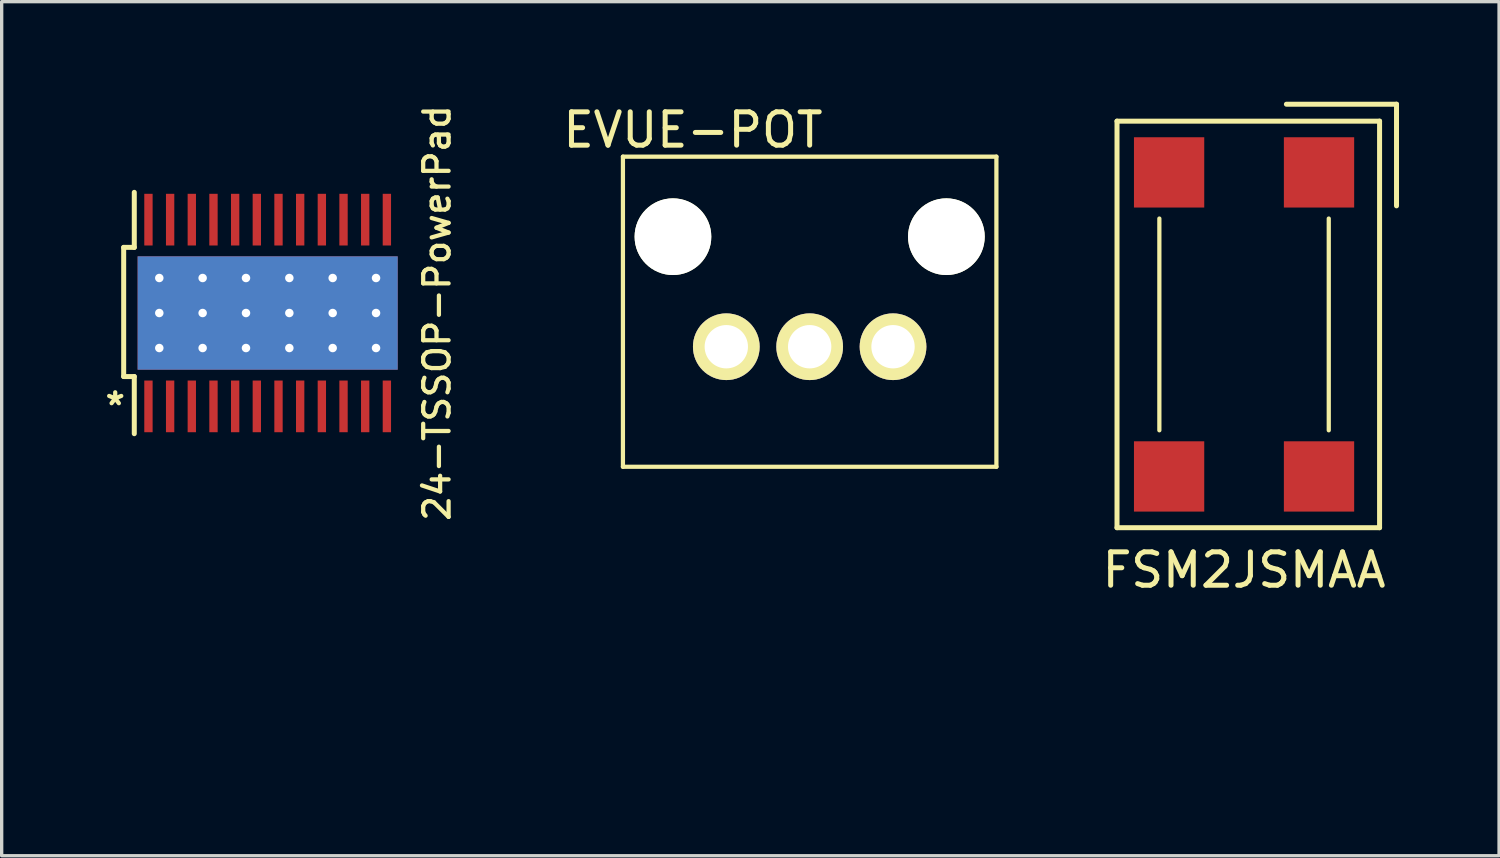
<source format=kicad_pcb>
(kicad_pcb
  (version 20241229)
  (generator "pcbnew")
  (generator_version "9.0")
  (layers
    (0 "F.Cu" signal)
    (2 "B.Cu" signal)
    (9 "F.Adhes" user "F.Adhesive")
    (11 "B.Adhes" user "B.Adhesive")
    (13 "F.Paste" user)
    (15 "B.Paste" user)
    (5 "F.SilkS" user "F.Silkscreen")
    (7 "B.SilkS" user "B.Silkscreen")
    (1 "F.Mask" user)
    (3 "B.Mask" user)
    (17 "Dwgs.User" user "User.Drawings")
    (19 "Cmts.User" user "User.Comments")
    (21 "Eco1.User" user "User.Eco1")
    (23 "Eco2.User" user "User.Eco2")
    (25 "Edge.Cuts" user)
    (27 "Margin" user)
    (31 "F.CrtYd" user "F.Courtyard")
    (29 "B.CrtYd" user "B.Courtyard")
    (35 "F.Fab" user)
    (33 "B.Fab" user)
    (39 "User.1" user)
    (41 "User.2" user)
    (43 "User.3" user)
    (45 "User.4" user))
  (footprint "EVUE-POT"
    (layer "F.Cu")
    (at 21.231 7.348)
    (property "Reference" "EVUE-POT" (at -3.5 -6.5 0) (layer "F.SilkS") (effects (font (size 1 1) (thickness 0.15))))
    (attr through_hole)
    (fp_line (start -5.6 -5.7) (end -5.6 3.6) (stroke (width 0.127) (type solid)) (layer "F.SilkS"))
    (fp_line (start -5.6 3.6) (end 5.6 3.6) (stroke (width 0.127) (type solid)) (layer "F.SilkS"))
    (fp_line (start 5.6 -5.7) (end -5.6 -5.7) (stroke (width 0.127) (type solid)) (layer "F.SilkS"))
    (fp_line (start 5.6 3.6) (end 5.6 -5.7) (stroke (width 0.127) (type solid)) (layer "F.SilkS"))
    (fp_line (start -2.5 3.6) (end -2.5 12.2) (stroke (width 0.127) (type solid)) (layer "Eco1.User"))
    (fp_line (start -2.5 12.2) (end 2.5 12.2) (stroke (width 0.127) (type solid)) (layer "Eco1.User"))
    (fp_line (start 2.5 12.2) (end 2.5 3.6) (stroke (width 0.127) (type solid)) (layer "Eco1.User"))
    (pad "" np_thru_hole circle (at -4.1 -3.3) (size 2.3 2.3) (drill 2.3) (layers "*.Cu" "*.Mask" "F.SilkS"))
    (pad "" np_thru_hole circle (at 4.1 -3.3) (size 2.3 2.3) (drill 2.3) (layers "*.Cu" "*.Mask" "F.SilkS"))
    (pad "1" thru_hole circle (at -2.5 0) (size 2 2) (drill 1.3) (layers "*.Cu" "*.Mask" "F.SilkS"))
    (pad "2" thru_hole circle (at 0 0) (size 2 2) (drill 1.3) (layers "*.Cu" "*.Mask" "F.SilkS"))
    (pad "3" thru_hole circle (at 2.5 0) (size 2 2) (drill 1.3) (layers "*.Cu" "*.Mask" "F.SilkS")))
  (footprint "FSM2JSMAA"
    (layer "F.Cu")
    (at 34.258 6.679)
    (property "Reference" "FSM2JSMAA" (at 0 7.366 0) (layer "F.SilkS") (effects (font (size 1 1) (thickness 0.15))))
    (attr through_hole)
    (fp_line (start -3.81 -6.096) (end 4.064 -6.096) (stroke (width 0.15) (type solid)) (layer "F.SilkS"))
    (fp_line (start -3.81 6.096) (end -3.81 -6.096) (stroke (width 0.15) (type solid)) (layer "F.SilkS"))
    (fp_line (start -2.54 -3.175) (end -2.54 3.175) (stroke (width 0.127) (type solid)) (layer "F.SilkS"))
    (fp_line (start 1.27 -6.604) (end 4.572 -6.604) (stroke (width 0.15) (type solid)) (layer "F.SilkS"))
    (fp_line (start 2.54 -3.175) (end 2.54 3.175) (stroke (width 0.127) (type solid)) (layer "F.SilkS"))
    (fp_line (start 4.064 -6.096) (end 4.064 6.096) (stroke (width 0.15) (type solid)) (layer "F.SilkS"))
    (fp_line (start 4.064 6.096) (end -3.81 6.096) (stroke (width 0.15) (type solid)) (layer "F.SilkS"))
    (fp_line (start 4.572 -6.604) (end 4.572 -3.556) (stroke (width 0.15) (type solid)) (layer "F.SilkS"))
    (pad "1" smd rect (at 2.248 -4.559) (size 2.108 2.108) (layers "F.Cu" "F.Mask" "F.Paste"))
    (pad "2" smd rect (at 2.248 4.559) (size 2.108 2.108) (layers "F.Cu" "F.Mask" "F.Paste"))
    (pad "3" smd rect (at -2.248 -4.559) (size 2.108 2.108) (layers "F.Cu" "F.Mask" "F.Paste"))
    (pad "4" smd rect (at -2.248 4.559) (size 2.108 2.108) (layers "F.Cu" "F.Mask" "F.Paste")))
  (footprint "24-TSSOP-PowerPad"
    (layer "F.Cu")
    (at 4.977 6.337)
    (property "Reference" "24-TSSOP-PowerPad" (at 5.08 0 90) (layer "F.SilkS") (effects (font (size 0.762 0.762) (thickness 0.127))))
    (attr through_hole)
    (fp_line (start -4.318 -1.968) (end -4.318 1.905) (stroke (width 0.15) (type solid)) (layer "F.SilkS"))
    (fp_line (start -4.318 1.905) (end -4 1.905) (stroke (width 0.15) (type solid)) (layer "F.SilkS"))
    (fp_line (start -4 -3.619) (end -4 -1.968) (stroke (width 0.15) (type solid)) (layer "F.SilkS"))
    (fp_line (start -4 -1.968) (end -4.318 -1.968) (stroke (width 0.15) (type solid)) (layer "F.SilkS"))
    (fp_line (start -4 1.905) (end -4 3.619) (stroke (width 0.15) (type solid)) (layer "F.SilkS"))
    (fp_text user "*" (at -4.572 2.794 0) (layer "F.SilkS") (effects (font (size 0.762 0.762) (thickness 0.127))))
    (pad "1" smd rect (at -3.575 2.8) (size 0.25 1.55) (layers "F.Cu" "F.Mask" "F.Paste"))
    (pad "2" smd rect (at -2.925 2.8) (size 0.25 1.55) (layers "F.Cu" "F.Mask" "F.Paste"))
    (pad "3" smd rect (at -2.275 2.8) (size 0.25 1.55) (layers "F.Cu" "F.Mask" "F.Paste"))
    (pad "4" smd rect (at -1.625 2.8) (size 0.25 1.55) (layers "F.Cu" "F.Mask" "F.Paste"))
    (pad "5" smd rect (at -0.975 2.8) (size 0.25 1.55) (layers "F.Cu" "F.Mask" "F.Paste"))
    (pad "6" smd rect (at -0.325 2.8) (size 0.25 1.55) (layers "F.Cu" "F.Mask" "F.Paste"))
    (pad "7" smd rect (at 0.325 2.8) (size 0.25 1.55) (layers "F.Cu" "F.Mask" "F.Paste"))
    (pad "8" smd rect (at 0.975 2.8) (size 0.25 1.55) (layers "F.Cu" "F.Mask" "F.Paste"))
    (pad "9" smd rect (at 1.625 2.8) (size 0.25 1.55) (layers "F.Cu" "F.Mask" "F.Paste"))
    (pad "10" smd rect (at 2.275 2.8) (size 0.25 1.55) (layers "F.Cu" "F.Mask" "F.Paste"))
    (pad "11" smd rect (at 2.925 2.8) (size 0.25 1.55) (layers "F.Cu" "F.Mask" "F.Paste"))
    (pad "12" smd rect (at 3.575 2.8) (size 0.25 1.55) (layers "F.Cu" "F.Mask" "F.Paste"))
    (pad "13" smd rect (at 3.575 -2.8) (size 0.25 1.55) (layers "F.Cu" "F.Mask" "F.Paste"))
    (pad "14" smd rect (at 2.925 -2.8) (size 0.25 1.55) (layers "F.Cu" "F.Mask" "F.Paste"))
    (pad "15" smd rect (at 2.275 -2.8) (size 0.25 1.55) (layers "F.Cu" "F.Mask" "F.Paste"))
    (pad "16" smd rect (at 1.625 -2.8) (size 0.25 1.55) (layers "F.Cu" "F.Mask" "F.Paste"))
    (pad "17" smd rect (at 0.975 -2.8) (size 0.25 1.55) (layers "F.Cu" "F.Mask" "F.Paste"))
    (pad "18" smd rect (at 0.325 -2.8) (size 0.25 1.55) (layers "F.Cu" "F.Mask" "F.Paste"))
    (pad "19" smd rect (at -0.325 -2.8) (size 0.25 1.55) (layers "F.Cu" "F.Mask" "F.Paste"))
    (pad "20" smd rect (at -0.975 -2.8) (size 0.25 1.55) (layers "F.Cu" "F.Mask" "F.Paste"))
    (pad "21" smd rect (at -1.625 -2.8) (size 0.25 1.55) (layers "F.Cu" "F.Mask" "F.Paste"))
    (pad "22" smd rect (at -2.275 -2.8) (size 0.25 1.55) (layers "F.Cu" "F.Mask" "F.Paste"))
    (pad "23" smd rect (at -2.925 -2.8) (size 0.25 1.55) (layers "F.Cu" "F.Mask" "F.Paste"))
    (pad "24" smd rect (at -3.575 -2.8) (size 0.25 1.55) (layers "F.Cu" "F.Mask" "F.Paste"))
    (pad "25" thru_hole circle (at -3.25 -1.05) (size 0.508 0.508) (drill 0.254) (layers "*.Cu" "F.Mask"))
    (pad "25" thru_hole circle (at -3.25 0) (size 0.508 0.508) (drill 0.254) (layers "*.Cu" "F.Mask"))
    (pad "25" thru_hole circle (at -3.25 1.05) (size 0.508 0.508) (drill 0.254) (layers "*.Cu" "F.Mask"))
    (pad "25" thru_hole circle (at -1.95 -1.05) (size 0.508 0.508) (drill 0.254) (layers "*.Cu" "F.Mask"))
    (pad "25" thru_hole circle (at -1.95 0) (size 0.508 0.508) (drill 0.254) (layers "*.Cu" "F.Mask"))
    (pad "25" thru_hole circle (at -1.95 1.05) (size 0.508 0.508) (drill 0.254) (layers "*.Cu" "F.Mask"))
    (pad "25" thru_hole circle (at -0.65 -1.05) (size 0.508 0.508) (drill 0.254) (layers "*.Cu" "F.Mask"))
    (pad "25" thru_hole circle (at -0.65 0) (size 0.508 0.508) (drill 0.254) (layers "*.Cu" "F.Mask"))
    (pad "25" thru_hole circle (at -0.65 1.05) (size 0.508 0.508) (drill 0.254) (layers "*.Cu" "F.Mask"))
    (pad "25" smd rect (at 0 0) (size 7.8 3.4) (layers "F.Cu" "F.Mask" "F.Paste"))
    (pad "25" smd rect (at 0 0) (size 7.8 3.4) (layers "B.Cu"))
    (pad "25" thru_hole circle (at 0.65 -1.05) (size 0.508 0.508) (drill 0.254) (layers "*.Cu" "F.Mask"))
    (pad "25" thru_hole circle (at 0.65 0) (size 0.508 0.508) (drill 0.254) (layers "*.Cu" "F.Mask"))
    (pad "25" thru_hole circle (at 0.65 1.05) (size 0.508 0.508) (drill 0.254) (layers "*.Cu" "F.Mask"))
    (pad "25" thru_hole circle (at 1.95 -1.05) (size 0.508 0.508) (drill 0.254) (layers "*.Cu" "F.Mask"))
    (pad "25" thru_hole circle (at 1.95 0) (size 0.508 0.508) (drill 0.254) (layers "*.Cu" "F.Mask"))
    (pad "25" thru_hole circle (at 1.95 1.05) (size 0.508 0.508) (drill 0.254) (layers "*.Cu" "F.Mask"))
    (pad "25" thru_hole circle (at 3.25 -1.05) (size 0.508 0.508) (drill 0.254) (layers "*.Cu" "F.Mask"))
    (pad "25" thru_hole circle (at 3.25 0) (size 0.508 0.508) (drill 0.254) (layers "*.Cu" "F.Mask"))
    (pad "25" thru_hole circle (at 3.25 1.05) (size 0.508 0.508) (drill 0.254) (layers "*.Cu" "F.Mask")))
  (gr_rect
    (start -3 -3)
    (end 41.905 22.612)
    (stroke (width 0.1) (type default))
    (fill no)
    (layer "Edge.Cuts")))
</source>
